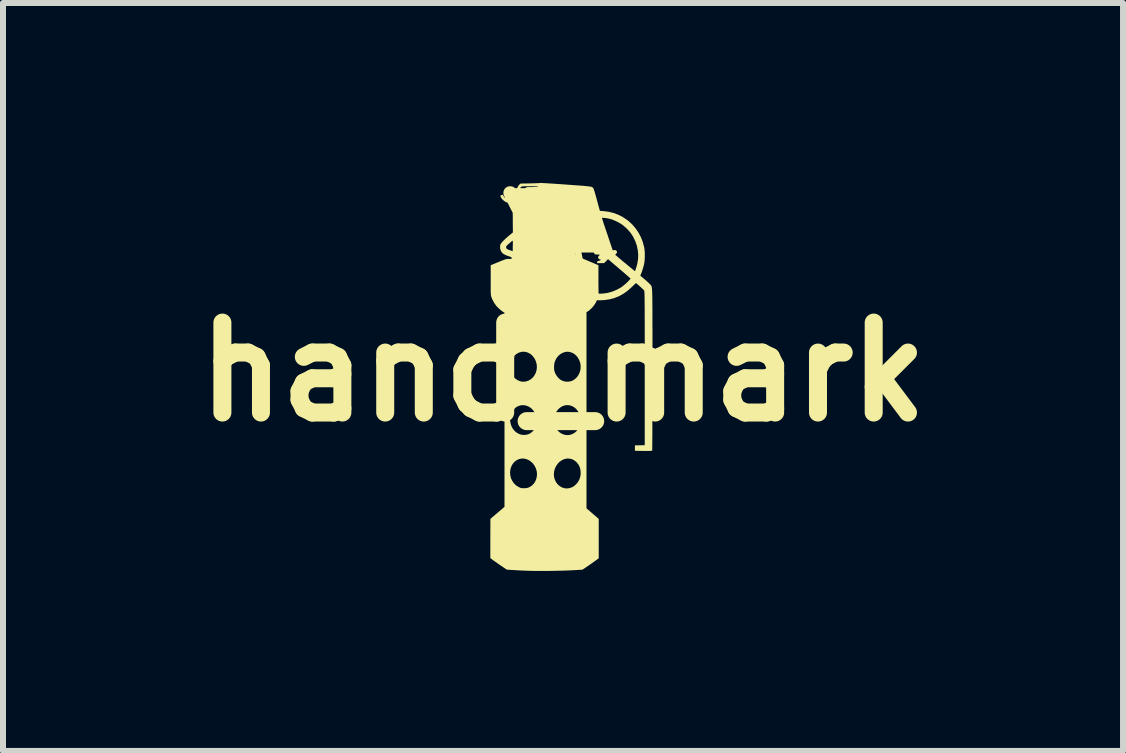
<source format=kicad_pcb>
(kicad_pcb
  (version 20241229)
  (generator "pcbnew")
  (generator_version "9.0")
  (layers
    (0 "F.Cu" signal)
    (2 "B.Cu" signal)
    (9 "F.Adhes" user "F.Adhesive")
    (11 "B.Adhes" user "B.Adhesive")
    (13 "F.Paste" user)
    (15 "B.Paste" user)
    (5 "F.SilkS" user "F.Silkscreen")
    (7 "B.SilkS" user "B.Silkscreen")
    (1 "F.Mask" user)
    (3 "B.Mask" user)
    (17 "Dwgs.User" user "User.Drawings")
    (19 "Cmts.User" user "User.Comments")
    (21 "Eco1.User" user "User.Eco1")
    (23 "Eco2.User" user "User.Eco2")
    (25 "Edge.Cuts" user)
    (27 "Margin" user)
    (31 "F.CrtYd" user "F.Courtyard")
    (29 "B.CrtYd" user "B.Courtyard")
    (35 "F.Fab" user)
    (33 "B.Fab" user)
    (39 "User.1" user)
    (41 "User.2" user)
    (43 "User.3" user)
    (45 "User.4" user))
  (footprint "hand_mark"
    (layer "F.Cu")
    (at 6.336 3.149)
    (property "Reference" "hand_mark" (at 0 0 0) (layer "F.SilkS") (effects (font (size 1.5 1.5) (thickness 0.3))))
    (attr board_only exclude_from_pos_files exclude_from_bom)
    (fp_poly (pts (xy -0.36 -3.149) (xy -0.335 -3.147) (xy -0.302 -3.146) (xy -0.261 -3.143) (xy -0.214 -3.14) (xy -0.161 -3.137) (xy -0.103 -3.133) (xy -0.041 -3.129) (xy 0.024 -3.124) (xy 0.041 -3.123) (xy 0.12 -3.117) (xy 0.189 -3.112) (xy 0.249 -3.108) (xy 0.3 -3.104) (xy 0.343 -3.101) (xy 0.379 -3.097) (xy 0.409 -3.094) (xy 0.433 -3.091) (xy 0.452 -3.089) (xy 0.467 -3.086) (xy 0.478 -3.082) (xy 0.486 -3.079) (xy 0.492 -3.075) (xy 0.497 -3.071) (xy 0.501 -3.066) (xy 0.505 -3.061) (xy 0.509 -3.051) (xy 0.516 -3.033) (xy 0.525 -3.005) (xy 0.535 -2.971) (xy 0.547 -2.93) (xy 0.56 -2.883) (xy 0.565 -2.864) (xy 0.614 -2.684) (xy 0.673 -2.68) (xy 0.759 -2.669) (xy 0.843 -2.648) (xy 0.924 -2.618) (xy 1.001 -2.578) (xy 1.073 -2.529) (xy 1.086 -2.519) (xy 1.152 -2.459) (xy 1.209 -2.392) (xy 1.259 -2.319) (xy 1.3 -2.241) (xy 1.331 -2.159) (xy 1.353 -2.073) (xy 1.355 -2.063) (xy 1.36 -2.022) (xy 1.363 -1.974) (xy 1.363 -1.924) (xy 1.361 -1.875) (xy 1.357 -1.83) (xy 1.354 -1.812) (xy 1.348 -1.782) (xy 1.338 -1.745) (xy 1.326 -1.706) (xy 1.314 -1.668) (xy 1.301 -1.636) (xy 1.296 -1.624) (xy 1.287 -1.604) (xy 1.366 -1.538) (xy 1.392 -1.516) (xy 1.416 -1.494) (xy 1.436 -1.475) (xy 1.451 -1.46) (xy 1.46 -1.45) (xy 1.463 -1.446) (xy 1.466 -1.442) (xy 1.469 -1.438) (xy 1.471 -1.434) (xy 1.474 -1.43) (xy 1.476 -1.424) (xy 1.478 -1.417) (xy 1.479 -1.408) (xy 1.481 -1.397) (xy 1.483 -1.383) (xy 1.484 -1.367) (xy 1.485 -1.347) (xy 1.486 -1.323) (xy 1.487 -1.295) (xy 1.488 -1.262) (xy 1.488 -1.225) (xy 1.489 -1.182) (xy 1.489 -1.133) (xy 1.49 -1.078) (xy 1.49 -1.016) (xy 1.49 -0.948) (xy 1.49 -0.872) (xy 1.49 -0.788) (xy 1.491 -0.696) (xy 1.491 -0.596) (xy 1.491 -0.487) (xy 1.491 -0.368) (xy 1.491 -0.24) (xy 1.491 -0.101) (xy 1.491 -0.03) (xy 1.491 0.089) (xy 1.49 0.205) (xy 1.49 0.318) (xy 1.49 0.428) (xy 1.49 0.533) (xy 1.49 0.633) (xy 1.49 0.729) (xy 1.489 0.818) (xy 1.489 0.902) (xy 1.489 0.98) (xy 1.489 1.05) (xy 1.488 1.113) (xy 1.488 1.169) (xy 1.488 1.216) (xy 1.487 1.254) (xy 1.487 1.283) (xy 1.487 1.302) (xy 1.486 1.312) (xy 1.486 1.312) (xy 1.482 1.315) (xy 1.474 1.316) (xy 1.459 1.317) (xy 1.436 1.318) (xy 1.406 1.318) (xy 1.367 1.318) (xy 1.34 1.318) (xy 1.198 1.316) (xy 1.198 1.271) (xy 1.198 1.225) (xy 1.28 1.224) (xy 1.362 1.222) (xy 1.362 1.09) (xy 1.362 0.896) (xy 1.362 0.713) (xy 1.362 0.54) (xy 1.362 0.377) (xy 1.362 0.223) (xy 1.362 0.079) (xy 1.362 -0.057) (xy 1.362 -0.183) (xy 1.362 -0.302) (xy 1.362 -0.412) (xy 1.362 -0.514) (xy 1.362 -0.608) (xy 1.362 -0.696) (xy 1.362 -0.776) (xy 1.362 -0.85) (xy 1.361 -0.917) (xy 1.361 -0.978) (xy 1.361 -1.034) (xy 1.361 -1.083) (xy 1.36 -1.128) (xy 1.36 -1.167) (xy 1.36 -1.202) (xy 1.359 -1.232) (xy 1.359 -1.259) (xy 1.358 -1.281) (xy 1.358 -1.3) (xy 1.357 -1.315) (xy 1.356 -1.328) (xy 1.356 -1.338) (xy 1.355 -1.346) (xy 1.354 -1.351) (xy 1.353 -1.355) (xy 1.353 -1.357) (xy 1.353 -1.357) (xy 1.346 -1.364) (xy 1.334 -1.376) (xy 1.317 -1.392) (xy 1.298 -1.41) (xy 1.278 -1.428) (xy 1.257 -1.446) (xy 1.24 -1.461) (xy 1.225 -1.473) (xy 1.217 -1.479) (xy 1.215 -1.48) (xy 1.211 -1.476) (xy 1.2 -1.466) (xy 1.184 -1.451) (xy 1.165 -1.432) (xy 1.149 -1.417) (xy 1.08 -1.355) (xy 1.008 -1.303) (xy 0.932 -1.261) (xy 0.852 -1.229) (xy 0.769 -1.208) (xy 0.682 -1.196) (xy 0.634 -1.194) (xy 0.563 -1.193) (xy 0.557 -1.177) (xy 0.54 -1.144) (xy 0.517 -1.11) (xy 0.489 -1.075) (xy 0.458 -1.044) (xy 0.428 -1.018) (xy 0.417 -1.011) (xy 0.391 -0.995) (xy 0.391 0.04) (xy 0.391 0.156) (xy 0.391 0.274) (xy 0.391 0.396) (xy 0.391 0.518) (xy 0.391 0.641) (xy 0.391 0.763) (xy 0.391 0.884) (xy 0.391 1.002) (xy 0.391 1.117) (xy 0.391 1.226) (xy 0.391 1.331) (xy 0.391 1.428) (xy 0.391 1.518) (xy 0.391 1.599) (xy 0.391 1.671) (xy 0.391 1.675) (xy 0.391 2.275) (xy 0.454 2.329) (xy 0.477 2.349) (xy 0.498 2.367) (xy 0.515 2.382) (xy 0.527 2.392) (xy 0.53 2.394) (xy 0.541 2.404) (xy 0.556 2.417) (xy 0.569 2.428) (xy 0.595 2.452) (xy 0.595 2.78) (xy 0.595 3.107) (xy 0.54 3.148) (xy 0.516 3.165) (xy 0.486 3.187) (xy 0.454 3.209) (xy 0.421 3.232) (xy 0.404 3.243) (xy 0.324 3.297) (xy 0.235 3.303) (xy 0.16 3.307) (xy 0.076 3.311) (xy -0.015 3.314) (xy -0.11 3.316) (xy -0.208 3.318) (xy -0.305 3.319) (xy -0.401 3.319) (xy -0.493 3.318) (xy -0.578 3.316) (xy -0.655 3.313) (xy -0.657 3.313) (xy -0.697 3.311) (xy -0.743 3.309) (xy -0.79 3.306) (xy -0.832 3.304) (xy -0.846 3.303) (xy -0.938 3.297) (xy -1.032 3.233) (xy -1.064 3.212) (xy -1.095 3.19) (xy -1.124 3.169) (xy -1.15 3.151) (xy -1.168 3.137) (xy -1.169 3.137) (xy -1.212 3.104) (xy -1.212 2.778) (xy -1.211 2.451) (xy -1.094 2.351) (xy -0.976 2.25) (xy -0.976 1.677) (xy -0.883 1.677) (xy -0.879 1.727) (xy -0.867 1.776) (xy -0.845 1.82) (xy -0.817 1.86) (xy -0.781 1.894) (xy -0.744 1.917) (xy -0.722 1.928) (xy -0.704 1.935) (xy -0.687 1.939) (xy -0.667 1.94) (xy -0.641 1.939) (xy -0.614 1.938) (xy -0.594 1.934) (xy -0.577 1.929) (xy -0.561 1.922) (xy -0.521 1.897) (xy -0.489 1.865) (xy -0.464 1.828) (xy -0.447 1.787) (xy -0.437 1.743) (xy -0.435 1.711) (xy -0.153 1.711) (xy -0.15 1.746) (xy -0.138 1.794) (xy -0.117 1.838) (xy -0.089 1.875) (xy -0.054 1.906) (xy -0.014 1.928) (xy 0.021 1.939) (xy 0.055 1.944) (xy 0.091 1.941) (xy 0.126 1.933) (xy 0.162 1.918) (xy 0.196 1.894) (xy 0.228 1.863) (xy 0.254 1.828) (xy 0.274 1.789) (xy 0.276 1.784) (xy 0.289 1.739) (xy 0.294 1.699) (xy 0.292 1.646) (xy 0.282 1.598) (xy 0.263 1.555) (xy 0.233 1.515) (xy 0.223 1.504) (xy 0.187 1.475) (xy 0.148 1.455) (xy 0.107 1.446) (xy 0.064 1.445) (xy 0.022 1.454) (xy -0.02 1.473) (xy -0.059 1.5) (xy -0.081 1.522) (xy -0.112 1.564) (xy -0.135 1.61) (xy -0.149 1.66) (xy -0.153 1.711) (xy -0.435 1.711) (xy -0.434 1.697) (xy -0.44 1.651) (xy -0.454 1.606) (xy -0.476 1.563) (xy -0.506 1.523) (xy -0.513 1.516) (xy -0.552 1.483) (xy -0.594 1.461) (xy -0.636 1.448) (xy -0.678 1.444) (xy -0.719 1.45) (xy -0.758 1.464) (xy -0.794 1.486) (xy -0.825 1.516) (xy -0.851 1.553) (xy -0.87 1.598) (xy -0.878 1.627) (xy -0.883 1.677) (xy -0.976 1.677) (xy -0.976 0.802) (xy -0.884 0.802) (xy -0.877 0.851) (xy -0.863 0.898) (xy -0.841 0.942) (xy -0.812 0.98) (xy -0.778 1.01) (xy -0.736 1.034) (xy -0.693 1.048) (xy -0.648 1.052) (xy -0.6 1.046) (xy -0.585 1.042) (xy -0.549 1.026) (xy -0.516 1.001) (xy -0.486 0.97) (xy -0.462 0.933) (xy -0.45 0.907) (xy -0.441 0.875) (xy -0.436 0.838) (xy -0.435 0.799) (xy -0.437 0.784) (xy -0.149 0.784) (xy -0.149 0.831) (xy -0.143 0.871) (xy -0.131 0.909) (xy -0.122 0.928) (xy -0.097 0.969) (xy -0.065 1.002) (xy -0.028 1.028) (xy 0.013 1.045) (xy 0.055 1.054) (xy 0.099 1.053) (xy 0.142 1.042) (xy 0.159 1.035) (xy 0.199 1.011) (xy 0.232 0.979) (xy 0.259 0.942) (xy 0.278 0.899) (xy 0.29 0.854) (xy 0.294 0.806) (xy 0.29 0.758) (xy 0.277 0.711) (xy 0.255 0.666) (xy 0.25 0.659) (xy 0.22 0.619) (xy 0.184 0.589) (xy 0.146 0.569) (xy 0.106 0.557) (xy 0.065 0.554) (xy 0.024 0.56) (xy -0.015 0.575) (xy -0.052 0.598) (xy -0.086 0.63) (xy -0.114 0.67) (xy -0.125 0.691) (xy -0.136 0.714) (xy -0.142 0.733) (xy -0.146 0.752) (xy -0.148 0.775) (xy -0.149 0.784) (xy -0.437 0.784) (xy -0.439 0.765) (xy -0.439 0.76) (xy -0.453 0.717) (xy -0.474 0.675) (xy -0.502 0.636) (xy -0.534 0.604) (xy -0.566 0.582) (xy -0.61 0.564) (xy -0.654 0.555) (xy -0.697 0.556) (xy -0.738 0.567) (xy -0.777 0.586) (xy -0.811 0.615) (xy -0.841 0.651) (xy -0.864 0.695) (xy -0.869 0.707) (xy -0.881 0.753) (xy -0.884 0.802) (xy -0.976 0.802) (xy -0.976 0.633) (xy -0.976 -0.092) (xy -0.881 -0.092) (xy -0.879 -0.045) (xy -0.869 0.000252) (xy -0.851 0.043) (xy -0.826 0.081) (xy -0.794 0.114) (xy -0.755 0.14) (xy -0.754 0.14) (xy -0.715 0.157) (xy -0.679 0.164) (xy -0.641 0.164) (xy -0.623 0.161) (xy -0.579 0.147) (xy -0.539 0.125) (xy -0.505 0.095) (xy -0.477 0.059) (xy -0.455 0.017) (xy -0.441 -0.029) (xy -0.436 -0.077) (xy -0.437 -0.088) (xy -0.15 -0.088) (xy -0.149 -0.053) (xy -0.146 -0.022) (xy -0.144 -0.017) (xy -0.131 0.023) (xy -0.109 0.062) (xy -0.082 0.097) (xy -0.052 0.125) (xy -0.041 0.133) (xy 0.001 0.153) (xy 0.045 0.163) (xy 0.09 0.164) (xy 0.135 0.155) (xy 0.157 0.146) (xy 0.197 0.122) (xy 0.231 0.089) (xy 0.258 0.051) (xy 0.278 0.007) (xy 0.291 -0.04) (xy 0.294 -0.09) (xy 0.289 -0.14) (xy 0.286 -0.15) (xy 0.27 -0.196) (xy 0.247 -0.237) (xy 0.218 -0.273) (xy 0.184 -0.301) (xy 0.146 -0.321) (xy 0.106 -0.333) (xy 0.064 -0.336) (xy 0.039 -0.332) (xy -0.006 -0.318) (xy -0.047 -0.294) (xy -0.083 -0.262) (xy -0.112 -0.223) (xy -0.134 -0.178) (xy -0.142 -0.153) (xy -0.147 -0.123) (xy -0.15 -0.088) (xy -0.437 -0.088) (xy -0.439 -0.123) (xy -0.451 -0.17) (xy -0.47 -0.214) (xy -0.496 -0.252) (xy -0.527 -0.285) (xy -0.563 -0.31) (xy -0.602 -0.327) (xy -0.644 -0.336) (xy -0.687 -0.334) (xy -0.69 -0.334) (xy -0.736 -0.321) (xy -0.777 -0.298) (xy -0.811 -0.268) (xy -0.841 -0.229) (xy -0.863 -0.185) (xy -0.876 -0.139) (xy -0.881 -0.092) (xy -0.976 -0.092) (xy -0.976 -0.985) (xy -1.005 -1.004) (xy -1.062 -1.048) (xy -1.111 -1.098) (xy -1.151 -1.154) (xy -1.182 -1.214) (xy -1.195 -1.249) (xy -1.198 -1.257) (xy -1.2 -1.266) (xy -1.202 -1.276) (xy -1.203 -1.288) (xy -1.204 -1.303) (xy -1.205 -1.322) (xy -1.206 -1.347) (xy -1.206 -1.378) (xy -1.206 -1.416) (xy -1.206 -1.463) (xy -1.206 -1.519) (xy -1.206 -1.53) (xy -1.206 -1.778) (xy -1.078 -1.83) (xy -1.04 -1.846) (xy -1.009 -1.858) (xy -0.985 -1.867) (xy -0.967 -1.874) (xy -0.952 -1.878) (xy -0.94 -1.88) (xy -0.928 -1.882) (xy -0.916 -1.882) (xy -0.904 -1.882) (xy -0.858 -1.882) (xy -0.858 -1.897) (xy -0.859 -1.906) (xy -0.864 -1.912) (xy -0.874 -1.917) (xy -0.889 -1.922) (xy -0.935 -1.938) (xy -0.972 -1.954) (xy -0.987 -1.963) (xy 0.205 -1.963) (xy 0.206 -1.953) (xy 0.207 -1.952) (xy 0.207 -1.953) (xy 0.208 -1.967) (xy 0.207 -1.972) (xy 0.206 -1.974) (xy 0.205 -1.966) (xy 0.205 -1.963) (xy -0.987 -1.963) (xy -0.999 -1.97) (xy -1.016 -1.985) (xy -1.019 -1.989) (xy 0.307 -1.989) (xy 0.311 -1.969) (xy 0.314 -1.952) (xy 0.319 -1.931) (xy 0.321 -1.919) (xy 0.328 -1.889) (xy 0.423 -1.848) (xy 0.455 -1.834) (xy 0.487 -1.821) (xy 0.516 -1.809) (xy 0.539 -1.799) (xy 0.554 -1.793) (xy 0.59 -1.778) (xy 0.59 -1.544) (xy 0.59 -1.495) (xy 0.59 -1.449) (xy 0.591 -1.408) (xy 0.591 -1.372) (xy 0.592 -1.343) (xy 0.592 -1.321) (xy 0.593 -1.309) (xy 0.594 -1.306) (xy 0.601 -1.304) (xy 0.617 -1.304) (xy 0.639 -1.304) (xy 0.664 -1.306) (xy 0.691 -1.309) (xy 0.718 -1.312) (xy 0.741 -1.316) (xy 0.745 -1.317) (xy 0.818 -1.337) (xy 0.89 -1.366) (xy 0.957 -1.402) (xy 0.98 -1.417) (xy 0.996 -1.429) (xy 1.015 -1.445) (xy 1.037 -1.463) (xy 1.059 -1.483) (xy 1.079 -1.503) (xy 1.098 -1.522) (xy 1.113 -1.538) (xy 1.122 -1.549) (xy 1.125 -1.555) (xy 1.121 -1.56) (xy 1.109 -1.57) (xy 1.091 -1.587) (xy 1.067 -1.607) (xy 1.039 -1.632) (xy 1.007 -1.66) (xy 0.972 -1.69) (xy 0.935 -1.721) (xy 0.897 -1.754) (xy 0.885 -1.764) (xy 0.866 -1.78) (xy 0.847 -1.796) (xy 0.834 -1.807) (xy 0.818 -1.821) (xy 0.799 -1.837) (xy 0.781 -1.852) (xy 0.75 -1.879) (xy 0.717 -1.845) (xy 0.683 -1.812) (xy 0.626 -1.812) (xy 0.568 -1.812) (xy 0.569 -1.83) (xy 0.572 -1.842) (xy 0.578 -1.847) (xy 0.59 -1.849) (xy 0.607 -1.853) (xy 0.622 -1.861) (xy 0.631 -1.868) (xy 0.631 -1.871) (xy 0.624 -1.871) (xy 0.608 -1.876) (xy 0.594 -1.887) (xy 0.585 -1.902) (xy 0.584 -1.909) (xy 0.588 -1.923) (xy 0.597 -1.936) (xy 0.608 -1.945) (xy 0.614 -1.947) (xy 0.614 -1.949) (xy 0.609 -1.952) (xy 0.598 -1.954) (xy 0.58 -1.956) (xy 0.564 -1.957) (xy 0.545 -1.957) (xy 0.534 -1.959) (xy 0.527 -1.964) (xy 0.521 -1.973) (xy 0.521 -1.973) (xy 0.512 -1.989) (xy 0.409 -1.989) (xy 0.307 -1.989) (xy -1.019 -1.989) (xy -1.037 -2.018) (xy -1.048 -2.054) (xy -1.049 -2.078) (xy -0.949 -2.078) (xy -0.947 -2.065) (xy -0.941 -2.055) (xy -0.93 -2.046) (xy -0.91 -2.037) (xy -0.884 -2.027) (xy -0.839 -2.012) (xy -0.838 -2.098) (xy -0.837 -2.127) (xy -0.837 -2.152) (xy -0.838 -2.172) (xy -0.838 -2.184) (xy -0.839 -2.186) (xy -0.842 -2.186) (xy -0.848 -2.182) (xy -0.859 -2.174) (xy -0.875 -2.16) (xy -0.898 -2.14) (xy -0.913 -2.127) (xy -0.931 -2.111) (xy -0.942 -2.099) (xy -0.947 -2.089) (xy -0.949 -2.08) (xy -0.949 -2.078) (xy -1.049 -2.078) (xy -1.05 -2.093) (xy -1.045 -2.121) (xy -1.038 -2.135) (xy -1.022 -2.155) (xy -1 -2.18) (xy -0.972 -2.208) (xy -0.938 -2.239) (xy -0.9 -2.272) (xy -0.886 -2.283) (xy -0.836 -2.324) (xy -0.838 -2.488) (xy -0.838 -2.565) (xy 0.649 -2.565) (xy 0.65 -2.561) (xy 0.652 -2.553) (xy 0.657 -2.538) (xy 0.663 -2.518) (xy 0.672 -2.491) (xy 0.683 -2.457) (xy 0.697 -2.416) (xy 0.714 -2.366) (xy 0.734 -2.307) (xy 0.757 -2.239) (xy 0.764 -2.216) (xy 0.828 -2.027) (xy 0.852 -2.03) (xy 0.868 -2.031) (xy 0.879 -2.028) (xy 0.888 -2.021) (xy 0.899 -2.005) (xy 0.899 -1.989) (xy 0.889 -1.972) (xy 0.885 -1.968) (xy 0.869 -1.953) (xy 0.902 -1.924) (xy 0.916 -1.912) (xy 0.935 -1.896) (xy 0.959 -1.876) (xy 0.986 -1.853) (xy 1.016 -1.828) (xy 1.047 -1.803) (xy 1.077 -1.778) (xy 1.107 -1.753) (xy 1.134 -1.731) (xy 1.158 -1.711) (xy 1.177 -1.695) (xy 1.191 -1.684) (xy 1.198 -1.679) (xy 1.199 -1.678) (xy 1.201 -1.683) (xy 1.206 -1.696) (xy 1.212 -1.714) (xy 1.217 -1.728) (xy 1.239 -1.807) (xy 1.251 -1.884) (xy 1.253 -1.959) (xy 1.247 -2.022) (xy 1.23 -2.104) (xy 1.203 -2.182) (xy 1.167 -2.255) (xy 1.122 -2.323) (xy 1.067 -2.384) (xy 1.004 -2.44) (xy 0.995 -2.447) (xy 0.96 -2.471) (xy 0.919 -2.494) (xy 0.874 -2.516) (xy 0.829 -2.535) (xy 0.788 -2.549) (xy 0.781 -2.55) (xy 0.756 -2.556) (xy 0.73 -2.561) (xy 0.704 -2.565) (xy 0.681 -2.567) (xy 0.663 -2.568) (xy 0.652 -2.567) (xy 0.649 -2.565) (xy -0.838 -2.565) (xy -0.839 -2.652) (xy -0.882 -2.735) (xy -0.924 -2.819) (xy -0.952 -2.831) (xy -0.976 -2.844) (xy -1 -2.864) (xy -1.021 -2.887) (xy -1.036 -2.91) (xy -1.038 -2.914) (xy -1.044 -2.93) (xy -1.044 -2.938) (xy -1.037 -2.943) (xy -1.024 -2.947) (xy -1.003 -2.953) (xy -0.992 -2.93) (xy -0.983 -2.913) (xy -0.976 -2.903) (xy -0.972 -2.9) (xy -0.972 -2.905) (xy -0.976 -2.919) (xy -0.978 -2.923) (xy -0.99 -2.952) (xy -0.995 -2.976) (xy -0.994 -2.999) (xy -0.989 -3.019) (xy -0.974 -3.05) (xy -0.952 -3.073) (xy -0.923 -3.088) (xy -0.888 -3.095) (xy -0.883 -3.095) (xy -0.862 -3.093) (xy -0.84 -3.087) (xy -0.821 -3.079) (xy -0.809 -3.069) (xy -0.807 -3.067) (xy -0.8 -3.064) (xy -0.787 -3.062) (xy -0.783 -3.062) (xy -0.771 -3.062) (xy -0.763 -3.067) (xy -0.763 -3.067) (xy -0.713 -3.067) (xy -0.708 -3.064) (xy -0.695 -3.063) (xy -0.676 -3.062) (xy -0.67 -3.062) (xy -0.647 -3.062) (xy -0.632 -3.064) (xy -0.623 -3.067) (xy -0.619 -3.071) (xy -0.615 -3.074) (xy -0.61 -3.077) (xy -0.6 -3.079) (xy -0.585 -3.08) (xy -0.562 -3.081) (xy -0.532 -3.081) (xy -0.514 -3.081) (xy -0.475 -3.082) (xy -0.446 -3.083) (xy -0.426 -3.084) (xy -0.416 -3.086) (xy -0.414 -3.088) (xy -0.417 -3.09) (xy -0.426 -3.091) (xy -0.444 -3.093) (xy -0.47 -3.093) (xy -0.505 -3.094) (xy -0.548 -3.094) (xy -0.59 -3.094) (xy -0.623 -3.094) (xy -0.647 -3.093) (xy -0.665 -3.092) (xy -0.678 -3.091) (xy -0.687 -3.089) (xy -0.693 -3.087) (xy -0.698 -3.084) (xy -0.699 -3.083) (xy -0.709 -3.074) (xy -0.713 -3.067) (xy -0.713 -3.067) (xy -0.763 -3.067) (xy -0.757 -3.077) (xy -0.754 -3.086) (xy -0.741 -3.108) (xy -0.725 -3.125) (xy -0.706 -3.139) (xy -0.547 -3.142) (xy -0.507 -3.143) (xy -0.47 -3.144) (xy -0.438 -3.145) (xy -0.412 -3.146) (xy -0.393 -3.147) (xy -0.384 -3.148) (xy -0.383 -3.149) (xy -0.377 -3.149)) (stroke (width 0) (type solid)) (fill yes) (layer "F.SilkS")))
  (gr_rect
    (start -3 -3)
    (end 15.671 9.468)
    (stroke (width 0.1) (type default))
    (fill no)
    (layer "Edge.Cuts")))
</source>
